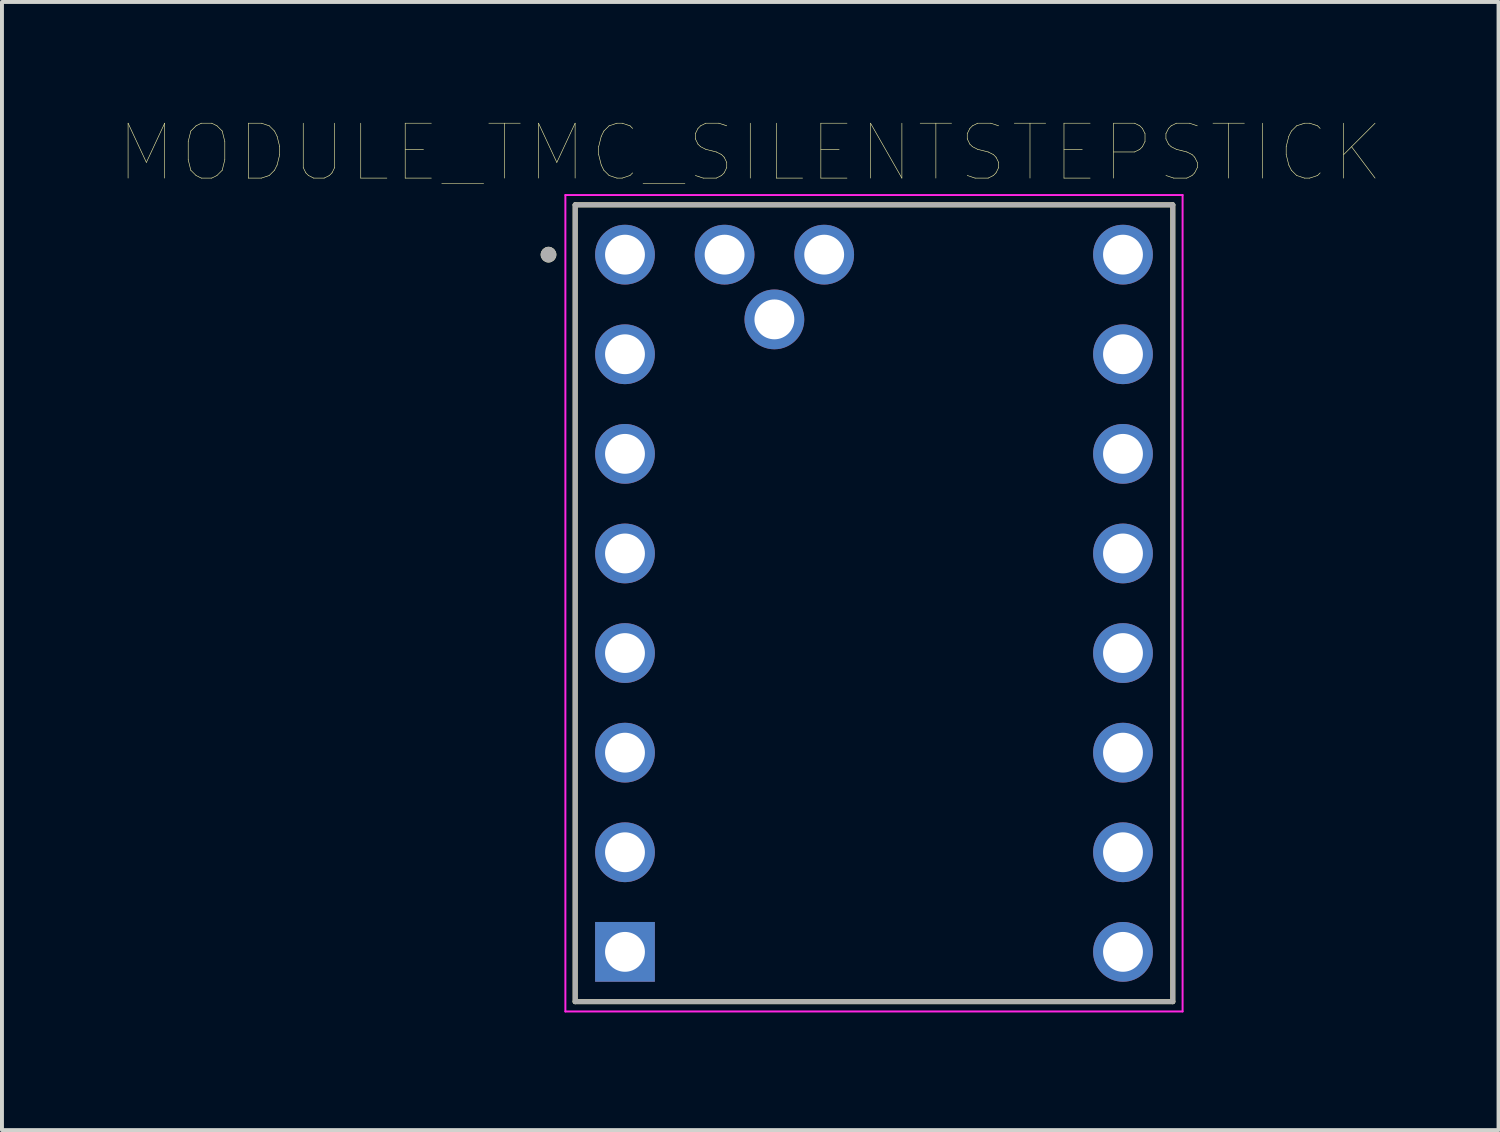
<source format=kicad_pcb>
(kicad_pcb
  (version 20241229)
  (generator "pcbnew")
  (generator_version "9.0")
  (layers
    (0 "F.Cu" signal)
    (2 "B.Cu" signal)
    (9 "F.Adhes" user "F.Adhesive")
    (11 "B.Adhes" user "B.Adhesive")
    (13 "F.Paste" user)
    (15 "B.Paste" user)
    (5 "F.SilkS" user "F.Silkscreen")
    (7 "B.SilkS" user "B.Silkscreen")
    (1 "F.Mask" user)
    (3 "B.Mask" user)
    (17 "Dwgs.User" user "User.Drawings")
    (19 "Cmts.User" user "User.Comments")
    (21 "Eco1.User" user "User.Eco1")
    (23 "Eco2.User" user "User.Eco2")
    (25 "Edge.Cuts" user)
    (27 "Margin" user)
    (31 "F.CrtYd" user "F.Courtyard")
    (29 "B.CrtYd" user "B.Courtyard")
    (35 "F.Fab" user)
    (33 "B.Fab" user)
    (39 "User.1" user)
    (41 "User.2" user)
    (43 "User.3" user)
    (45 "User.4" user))
  (footprint "MODULE_TMC_SILENTSTEPSTICK"
    (layer "F.Cu")
    (at 19.238 12.334)
    (property "Reference" "MODULE_TMC_SILENTSTEPSTICK" (at -3.155 -11.489 0) (layer "F.SilkS") (effects (font (size 1.4 1.4) (thickness 0.015))))
    (attr through_hole)
    (fp_line (start -7.62 -10.16) (end -7.62 10.16) (stroke (width 0.127) (type solid)) (layer "F.SilkS"))
    (fp_line (start -7.62 10.16) (end 7.62 10.16) (stroke (width 0.127) (type solid)) (layer "F.SilkS"))
    (fp_line (start 7.62 -10.16) (end -7.62 -10.16) (stroke (width 0.127) (type solid)) (layer "F.SilkS"))
    (fp_line (start 7.62 10.16) (end 7.62 -10.16) (stroke (width 0.127) (type solid)) (layer "F.SilkS"))
    (fp_circle (center -8.3 -8.89) (end -8.2 -8.89) (stroke (width 0.2) (type solid)) (fill no) (layer "F.SilkS"))
    (fp_line (start -7.87 -10.41) (end -7.87 10.41) (stroke (width 0.05) (type solid)) (layer "F.CrtYd"))
    (fp_line (start -7.87 -10.41) (end 7.87 -10.41) (stroke (width 0.05) (type solid)) (layer "F.CrtYd"))
    (fp_line (start -7.87 10.41) (end 7.87 10.41) (stroke (width 0.05) (type solid)) (layer "F.CrtYd"))
    (fp_line (start 7.87 -10.41) (end 7.87 10.41) (stroke (width 0.05) (type solid)) (layer "F.CrtYd"))
    (fp_line (start -7.62 -10.16) (end -7.62 10.16) (stroke (width 0.127) (type solid)) (layer "F.Fab"))
    (fp_line (start -7.62 10.16) (end 7.62 10.16) (stroke (width 0.127) (type solid)) (layer "F.Fab"))
    (fp_line (start 7.62 -10.16) (end -7.62 -10.16) (stroke (width 0.127) (type solid)) (layer "F.Fab"))
    (fp_line (start 7.62 10.16) (end 7.62 -10.16) (stroke (width 0.127) (type solid)) (layer "F.Fab"))
    (fp_circle (center -8.3 -8.89) (end -8.2 -8.89) (stroke (width 0.2) (type solid)) (fill no) (layer "F.Fab"))
    (pad "JP1_1" thru_hole rect (at -6.35 8.89) (size 1.524 1.524) (drill 1.016) (layers "*.Cu" "*.Mask"))
    (pad "JP1_2" thru_hole circle (at -6.35 6.35) (size 1.524 1.524) (drill 1.016) (layers "*.Cu" "*.Mask"))
    (pad "JP1_3" thru_hole circle (at -6.35 3.81) (size 1.524 1.524) (drill 1.016) (layers "*.Cu" "*.Mask"))
    (pad "JP1_4" thru_hole circle (at -6.35 1.27) (size 1.524 1.524) (drill 1.016) (layers "*.Cu" "*.Mask"))
    (pad "JP1_5" thru_hole circle (at -6.35 -1.27) (size 1.524 1.524) (drill 1.016) (layers "*.Cu" "*.Mask"))
    (pad "JP1_6" thru_hole circle (at -6.35 -3.81) (size 1.524 1.524) (drill 1.016) (layers "*.Cu" "*.Mask"))
    (pad "JP1_7" thru_hole circle (at -6.35 -6.35) (size 1.524 1.524) (drill 1.016) (layers "*.Cu" "*.Mask"))
    (pad "JP1_8" thru_hole circle (at -6.35 -8.89) (size 1.524 1.524) (drill 1.016) (layers "*.Cu" "*.Mask"))
    (pad "JP2_1" thru_hole circle (at 6.35 -8.89) (size 1.524 1.524) (drill 1.016) (layers "*.Cu" "*.Mask"))
    (pad "JP2_2" thru_hole circle (at 6.35 -6.35) (size 1.524 1.524) (drill 1.016) (layers "*.Cu" "*.Mask"))
    (pad "JP2_3" thru_hole circle (at 6.35 -3.81) (size 1.524 1.524) (drill 1.016) (layers "*.Cu" "*.Mask"))
    (pad "JP2_4" thru_hole circle (at 6.35 -1.27) (size 1.524 1.524) (drill 1.016) (layers "*.Cu" "*.Mask"))
    (pad "JP2_5" thru_hole circle (at 6.35 1.27) (size 1.524 1.524) (drill 1.016) (layers "*.Cu" "*.Mask"))
    (pad "JP2_6" thru_hole circle (at 6.35 3.81) (size 1.524 1.524) (drill 1.016) (layers "*.Cu" "*.Mask"))
    (pad "JP2_7" thru_hole circle (at 6.35 6.35) (size 1.524 1.524) (drill 1.016) (layers "*.Cu" "*.Mask"))
    (pad "JP2_8" thru_hole circle (at 6.35 8.89) (size 1.524 1.524) (drill 1.016) (layers "*.Cu" "*.Mask"))
    (pad "JP3_1" thru_hole circle (at -2.54 -7.239) (size 1.524 1.524) (drill 1.016) (layers "*.Cu" "*.Mask"))
    (pad "JP4_1" thru_hole circle (at -1.27 -8.89) (size 1.524 1.524) (drill 1.016) (layers "*.Cu" "*.Mask"))
    (pad "JP5_1" thru_hole circle (at -3.81 -8.89) (size 1.524 1.524) (drill 1.016) (layers "*.Cu" "*.Mask")))
  (gr_rect
    (start -3 -3)
    (end 35.165 25.769)
    (stroke (width 0.1) (type default))
    (fill no)
    (layer "Edge.Cuts")))
</source>
